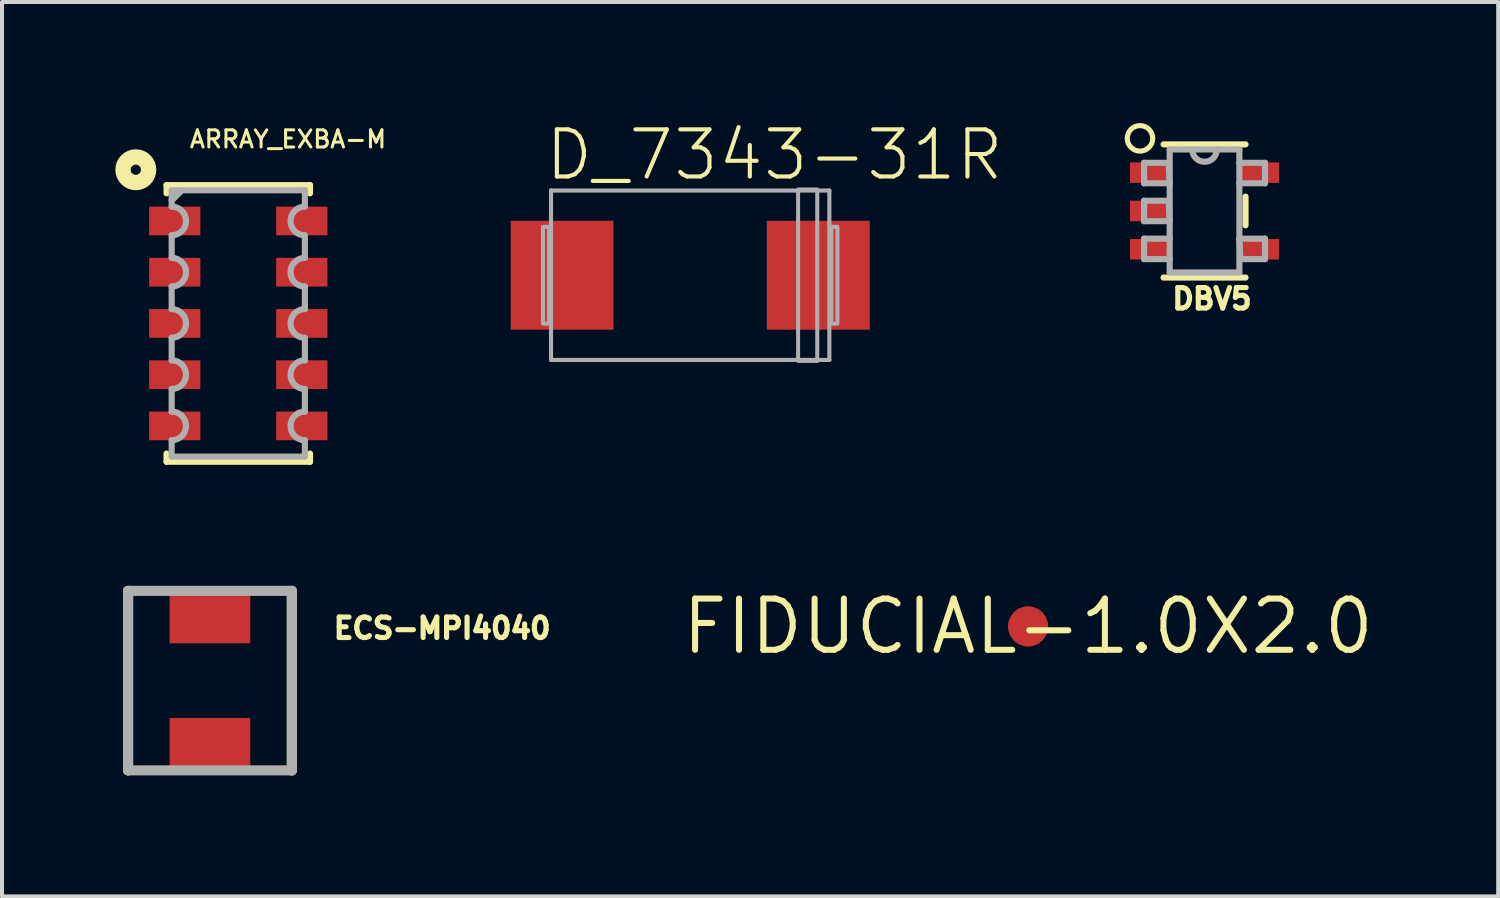
<source format=kicad_pcb>
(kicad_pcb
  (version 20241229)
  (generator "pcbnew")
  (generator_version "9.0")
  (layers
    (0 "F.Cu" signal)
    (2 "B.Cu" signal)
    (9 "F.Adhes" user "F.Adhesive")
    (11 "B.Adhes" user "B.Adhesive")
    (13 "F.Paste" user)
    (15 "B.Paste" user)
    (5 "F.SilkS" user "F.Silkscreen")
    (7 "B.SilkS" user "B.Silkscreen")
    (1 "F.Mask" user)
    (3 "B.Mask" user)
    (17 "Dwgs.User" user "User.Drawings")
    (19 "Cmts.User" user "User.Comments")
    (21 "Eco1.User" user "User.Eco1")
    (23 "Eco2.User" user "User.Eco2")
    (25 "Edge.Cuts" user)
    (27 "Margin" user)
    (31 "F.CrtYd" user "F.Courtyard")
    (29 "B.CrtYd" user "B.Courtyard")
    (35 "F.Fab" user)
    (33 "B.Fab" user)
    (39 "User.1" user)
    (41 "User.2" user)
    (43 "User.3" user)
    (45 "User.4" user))
  (footprint "ECS-MPI4040"
    (layer "F.Cu")
    (at 2.155 13.823)
    (property "Reference" "ECS-MPI4040" (at 3 -1 0) (layer "F.SilkS") (effects (font (size 0.508 0.508) (thickness 0.127)) (justify left bottom)))
    (fp_line (start -2.03 -2.225) (end -2.03 2.225) (stroke (width 0.25) (type solid)) (layer "F.SilkS"))
    (fp_line (start 2.03 -2.225) (end 2.03 2.225) (stroke (width 0.25) (type solid)) (layer "F.SilkS"))
    (fp_line (start -2.03 -2.225) (end -2.03 2.225) (stroke (width 0.25) (type solid)) (layer "F.Fab"))
    (fp_line (start 2.03 -2.225) (end -2.03 -2.225) (stroke (width 0.25) (type solid)) (layer "F.Fab"))
    (fp_line (start 2.03 -2.225) (end 2.03 2.225) (stroke (width 0.25) (type solid)) (layer "F.Fab"))
    (fp_line (start 2.03 2.225) (end -2.03 2.225) (stroke (width 0.25) (type solid)) (layer "F.Fab"))
    (pad "1" smd rect (at 0 -1.575) (size 2 1.3) (layers "F.Cu" "F.Mask" "F.Paste"))
    (pad "2" smd rect (at 0 1.575) (size 2 1.3) (layers "F.Cu" "F.Mask" "F.Paste")))
  (footprint "D_7343-31R"
    (layer "F.Cu")
    (at 14.06 3.773)
    (property "Reference" "D_7343-31R" (at -3.65 -2.3 0) (layer "F.SilkS") (effects (font (size 1.168 1.168) (thickness 0.102)) (justify left bottom)))
    (fp_line (start -3.45 -2.1) (end 3.45 -2.1) (stroke (width 0.102) (type solid)) (layer "F.Fab"))
    (fp_line (start -3.45 2.1) (end -3.45 -2.1) (stroke (width 0.102) (type solid)) (layer "F.Fab"))
    (fp_line (start 3.45 -2.1) (end 3.45 2.1) (stroke (width 0.102) (type solid)) (layer "F.Fab"))
    (fp_line (start 3.45 2.1) (end -3.45 2.1) (stroke (width 0.102) (type solid)) (layer "F.Fab"))
    (fp_poly (pts (xy -3.65 1.2) (xy -3.5 1.2) (xy -3.5 -1.2) (xy -3.65 -1.2)) (stroke (width 0.1) (type solid)) (fill no) (layer "F.Fab"))
    (fp_poly (pts (xy 2.675 2.125) (xy 3.15 2.125) (xy 3.15 -2.125) (xy 2.675 -2.125)) (stroke (width 0.1) (type solid)) (fill no) (layer "F.Fab"))
    (fp_poly (pts (xy 3.5 1.2) (xy 3.65 1.2) (xy 3.65 -1.2) (xy 3.5 -1.2)) (stroke (width 0.1) (type solid)) (fill no) (layer "F.Fab"))
    (pad "+" smd rect (at 3.175 0) (size 2.55 2.7) (layers "F.Cu" "F.Mask" "F.Paste"))
    (pad "-" smd rect (at -3.175 0) (size 2.55 2.7) (layers "F.Cu" "F.Mask" "F.Paste")))
  (footprint "ARRAY_EXBA-M"
    (layer "F.Cu")
    (at 2.857 4.968)
    (property "Reference" "ARRAY_EXBA-M" (at -1.245 -4.318 0) (layer "F.SilkS") (effects (font (size 0.425 0.425) (thickness 0.075)) (justify left bottom)))
    (fp_line (start -1.778 -3.429) (end 1.778 -3.429) (stroke (width 0.152) (type solid)) (layer "F.SilkS"))
    (fp_line (start -1.778 -3.226) (end -1.778 -3.429) (stroke (width 0.152) (type solid)) (layer "F.SilkS"))
    (fp_line (start -1.778 3.226) (end -1.778 3.429) (stroke (width 0.152) (type solid)) (layer "F.SilkS"))
    (fp_line (start -1.778 3.429) (end 1.778 3.429) (stroke (width 0.152) (type solid)) (layer "F.SilkS"))
    (fp_line (start 1.778 -3.226) (end 1.778 -3.429) (stroke (width 0.152) (type solid)) (layer "F.SilkS"))
    (fp_line (start 1.778 3.226) (end 1.778 3.429) (stroke (width 0.152) (type solid)) (layer "F.SilkS"))
    (fp_circle (center -2.54 -3.81) (end -2.413 -3.81) (stroke (width 0.381) (type solid)) (fill no) (layer "F.SilkS"))
    (fp_line (start -1.651 -3.302) (end 1.651 -3.302) (stroke (width 0.152) (type solid)) (layer "F.Fab"))
    (fp_line (start -1.651 -2.896) (end -1.651 -3.302) (stroke (width 0.152) (type solid)) (layer "F.Fab"))
    (fp_line (start -1.651 -2.184) (end -1.651 -1.626) (stroke (width 0.152) (type solid)) (layer "F.Fab"))
    (fp_line (start -1.651 -0.914) (end -1.651 -0.356) (stroke (width 0.152) (type solid)) (layer "F.Fab"))
    (fp_line (start -1.651 0.356) (end -1.651 0.914) (stroke (width 0.152) (type solid)) (layer "F.Fab"))
    (fp_line (start -1.651 1.626) (end -1.651 2.184) (stroke (width 0.152) (type solid)) (layer "F.Fab"))
    (fp_line (start -1.651 2.896) (end -1.651 3.302) (stroke (width 0.152) (type solid)) (layer "F.Fab"))
    (fp_line (start -1.651 3.302) (end 1.651 3.302) (stroke (width 0.152) (type solid)) (layer "F.Fab"))
    (fp_line (start -1.397 -3.302) (end -1.651 -3.048) (stroke (width 0.152) (type solid)) (layer "F.Fab"))
    (fp_line (start 1.651 -2.896) (end 1.651 -3.302) (stroke (width 0.152) (type solid)) (layer "F.Fab"))
    (fp_line (start 1.651 -2.184) (end 1.651 -1.626) (stroke (width 0.152) (type solid)) (layer "F.Fab"))
    (fp_line (start 1.651 -0.914) (end 1.651 -0.356) (stroke (width 0.152) (type solid)) (layer "F.Fab"))
    (fp_line (start 1.651 0.356) (end 1.651 0.914) (stroke (width 0.152) (type solid)) (layer "F.Fab"))
    (fp_line (start 1.651 1.626) (end 1.651 2.184) (stroke (width 0.152) (type solid)) (layer "F.Fab"))
    (fp_line (start 1.651 2.896) (end 1.651 3.302) (stroke (width 0.152) (type solid)) (layer "F.Fab"))
    (fp_arc (start -1.651 -2.8956) (mid -1.2954 -2.54) (end -1.651 -2.1844) (stroke (width 0.1524) (type solid)) (layer "F.Fab"))
    (fp_arc (start -1.651 -1.6256) (mid -1.2954 -1.27) (end -1.651 -0.9144) (stroke (width 0.1524) (type solid)) (layer "F.Fab"))
    (fp_arc (start -1.651 -0.3556) (mid -1.2954 0) (end -1.651 0.3556) (stroke (width 0.1524) (type solid)) (layer "F.Fab"))
    (fp_arc (start -1.651 0.9144) (mid -1.2954 1.27) (end -1.651 1.6256) (stroke (width 0.1524) (type solid)) (layer "F.Fab"))
    (fp_arc (start -1.651 2.1844) (mid -1.2954 2.54) (end -1.651 2.8956) (stroke (width 0.1524) (type solid)) (layer "F.Fab"))
    (fp_arc (start 1.651 -2.1844) (mid 1.2954 -2.54) (end 1.651 -2.8956) (stroke (width 0.1524) (type solid)) (layer "F.Fab"))
    (fp_arc (start 1.651 -0.9144) (mid 1.2954 -1.27) (end 1.651 -1.6256) (stroke (width 0.1524) (type solid)) (layer "F.Fab"))
    (fp_arc (start 1.651 0.3556) (mid 1.2954 0) (end 1.651 -0.3556) (stroke (width 0.1524) (type solid)) (layer "F.Fab"))
    (fp_arc (start 1.651 1.6256) (mid 1.2954 1.27) (end 1.651 0.9144) (stroke (width 0.1524) (type solid)) (layer "F.Fab"))
    (fp_arc (start 1.651 2.8956) (mid 1.2954 2.54) (end 1.651 2.1844) (stroke (width 0.1524) (type solid)) (layer "F.Fab"))
    (pad "1" smd rect (at -1.575 -2.54) (size 1.27 0.711) (layers "F.Cu" "F.Mask" "F.Paste"))
    (pad "2" smd rect (at -1.575 -1.27) (size 1.27 0.711) (layers "F.Cu" "F.Mask" "F.Paste"))
    (pad "3" smd rect (at -1.575 0) (size 1.27 0.711) (layers "F.Cu" "F.Mask" "F.Paste"))
    (pad "4" smd rect (at -1.575 1.27) (size 1.27 0.711) (layers "F.Cu" "F.Mask" "F.Paste"))
    (pad "5" smd rect (at -1.575 2.54) (size 1.27 0.711) (layers "F.Cu" "F.Mask" "F.Paste"))
    (pad "6" smd rect (at 1.575 2.54 180) (size 1.27 0.711) (layers "F.Cu" "F.Mask" "F.Paste"))
    (pad "7" smd rect (at 1.575 1.27 180) (size 1.27 0.711) (layers "F.Cu" "F.Mask" "F.Paste"))
    (pad "8" smd rect (at 1.575 0 180) (size 1.27 0.711) (layers "F.Cu" "F.Mask" "F.Paste"))
    (pad "9" smd rect (at 1.575 -1.27 180) (size 1.27 0.711) (layers "F.Cu" "F.Mask" "F.Paste"))
    (pad "10" smd rect (at 1.575 -2.54 180) (size 1.27 0.711) (layers "F.Cu" "F.Mask" "F.Paste")))
  (footprint "DBV5"
    (layer "F.Cu")
    (at 26.811 2.18)
    (property "Reference" "DBV5" (at -0.867 2.475 0) (layer "F.SilkS") (effects (font (size 0.508 0.508) (thickness 0.127)) (justify left bottom)))
    (fp_line (start -1.016 1.651) (end 1.016 1.651) (stroke (width 0.152) (type solid)) (layer "F.SilkS"))
    (fp_line (start 1.016 -1.651) (end -1.016 -1.651) (stroke (width 0.152) (type solid)) (layer "F.SilkS"))
    (fp_line (start 1.016 0.356) (end 1.016 -0.356) (stroke (width 0.152) (type solid)) (layer "F.SilkS"))
    (fp_circle (center -1.6 -1.8) (end -1.284 -1.8) (stroke (width 0.127) (type solid)) (fill no) (layer "F.SilkS"))
    (fp_line (start -1.499 -1.194) (end -1.499 -0.686) (stroke (width 0.152) (type solid)) (layer "F.Fab"))
    (fp_line (start -1.499 -0.686) (end -0.864 -0.686) (stroke (width 0.152) (type solid)) (layer "F.Fab"))
    (fp_line (start -1.499 -0.254) (end -1.499 0.254) (stroke (width 0.152) (type solid)) (layer "F.Fab"))
    (fp_line (start -1.499 0.254) (end -0.864 0.254) (stroke (width 0.152) (type solid)) (layer "F.Fab"))
    (fp_line (start -1.499 0.686) (end -1.499 1.194) (stroke (width 0.152) (type solid)) (layer "F.Fab"))
    (fp_line (start -1.499 1.194) (end -0.864 1.194) (stroke (width 0.152) (type solid)) (layer "F.Fab"))
    (fp_line (start -0.889 -1.194) (end -1.499 -1.194) (stroke (width 0.152) (type solid)) (layer "F.Fab"))
    (fp_line (start -0.889 -0.254) (end -1.499 -0.254) (stroke (width 0.152) (type solid)) (layer "F.Fab"))
    (fp_line (start -0.864 -1.524) (end -0.864 -0.686) (stroke (width 0.152) (type solid)) (layer "F.Fab"))
    (fp_line (start -0.864 -0.686) (end -0.889 -1.194) (stroke (width 0.152) (type solid)) (layer "F.Fab"))
    (fp_line (start -0.864 -0.686) (end -0.864 0.254) (stroke (width 0.152) (type solid)) (layer "F.Fab"))
    (fp_line (start -0.864 0.254) (end -0.889 -0.254) (stroke (width 0.152) (type solid)) (layer "F.Fab"))
    (fp_line (start -0.864 0.254) (end -0.864 0.686) (stroke (width 0.152) (type solid)) (layer "F.Fab"))
    (fp_line (start -0.864 0.686) (end -1.499 0.686) (stroke (width 0.152) (type solid)) (layer "F.Fab"))
    (fp_line (start -0.864 1.194) (end -0.864 0.686) (stroke (width 0.152) (type solid)) (layer "F.Fab"))
    (fp_line (start -0.864 1.524) (end -0.864 1.194) (stroke (width 0.152) (type solid)) (layer "F.Fab"))
    (fp_line (start -0.864 1.524) (end 0.864 1.524) (stroke (width 0.152) (type solid)) (layer "F.Fab"))
    (fp_line (start -0.305 -1.524) (end -0.864 -1.524) (stroke (width 0.152) (type solid)) (layer "F.Fab"))
    (fp_line (start 0.305 -1.524) (end -0.305 -1.524) (stroke (width 0.152) (type solid)) (layer "F.Fab"))
    (fp_line (start 0.864 -1.524) (end 0.305 -1.524) (stroke (width 0.152) (type solid)) (layer "F.Fab"))
    (fp_line (start 0.864 -1.524) (end 0.864 -1.194) (stroke (width 0.152) (type solid)) (layer "F.Fab"))
    (fp_line (start 0.864 -1.194) (end 0.864 -0.686) (stroke (width 0.152) (type solid)) (layer "F.Fab"))
    (fp_line (start 0.864 -0.686) (end 1.499 -0.686) (stroke (width 0.152) (type solid)) (layer "F.Fab"))
    (fp_line (start 0.864 0.686) (end 0.864 -0.686) (stroke (width 0.152) (type solid)) (layer "F.Fab"))
    (fp_line (start 0.864 0.686) (end 0.889 1.194) (stroke (width 0.152) (type solid)) (layer "F.Fab"))
    (fp_line (start 0.864 1.524) (end 0.864 0.686) (stroke (width 0.152) (type solid)) (layer "F.Fab"))
    (fp_line (start 0.889 1.194) (end 1.499 1.194) (stroke (width 0.152) (type solid)) (layer "F.Fab"))
    (fp_line (start 1.499 -1.194) (end 0.864 -1.194) (stroke (width 0.152) (type solid)) (layer "F.Fab"))
    (fp_line (start 1.499 -0.686) (end 1.499 -1.194) (stroke (width 0.152) (type solid)) (layer "F.Fab"))
    (fp_line (start 1.499 0.686) (end 0.864 0.686) (stroke (width 0.152) (type solid)) (layer "F.Fab"))
    (fp_line (start 1.499 1.194) (end 1.499 0.686) (stroke (width 0.152) (type solid)) (layer "F.Fab"))
    (fp_arc (start 0.3048 -1.524) (mid 0 -1.2192) (end -0.3048 -1.524) (stroke (width 0.1524) (type solid)) (layer "F.Fab"))
    (pad "1" smd rect (at -1.362 -0.95) (size 0.972 0.508) (layers "F.Cu" "F.Mask" "F.Paste"))
    (pad "2" smd rect (at -1.362 0) (size 0.972 0.508) (layers "F.Cu" "F.Mask" "F.Paste"))
    (pad "3" smd rect (at -1.362 0.95) (size 0.972 0.508) (layers "F.Cu" "F.Mask" "F.Paste"))
    (pad "4" smd rect (at 1.362 0.95) (size 0.972 0.508) (layers "F.Cu" "F.Mask" "F.Paste"))
    (pad "5" smd rect (at 1.362 -0.95) (size 0.972 0.508) (layers "F.Cu" "F.Mask" "F.Paste")))
  (footprint "FIDUCIAL-1.0X2.0"
    (layer "F.Cu")
    (at 22.436 12.479)
    (property "Reference" "FIDUCIAL-1.0X2.0" (at 0 0 0) (layer "F.SilkS") (effects (font (size 1.27 1.27) (thickness 0.15))))
    (fp_circle (center 0 0) (end 0.5 0) (stroke (width 1) (type solid)) (fill no) (layer "F.Mask"))
    (pad "FIDUCIAL" smd roundrect (at 0 0) (size 1 1) (layers "F.Cu") (roundrect_rratio 0.5))
    (zone (net_name "") (layer "F.Cu") (hatch edge 0.508) (connect_pads) (min_thickness 0.254) (filled_areas_thickness no) (keepout (tracks not_allowed) (vias not_allowed) (pads not_allowed) (copperpour not_allowed) (footprints allowed)) (placement (enabled no)) (fill) (polygon (pts (xy 23.436 12.479) (xy 23.421 12.306) (xy 23.376 12.137) (xy 23.302 11.979) (xy 23.202 11.837) (xy 23.079 11.713) (xy 22.936 11.613) (xy 22.778 11.54) (xy 22.61 11.495) (xy 22.436 11.479) (xy 22.262 11.495) (xy 22.094 11.54) (xy 21.936 11.613) (xy 21.793 11.713) (xy 21.67 11.837) (xy 21.57 11.979) (xy 21.496 12.137) (xy 21.451 12.306) (xy 21.436 12.479) (xy 21.451 12.653) (xy 21.496 12.821) (xy 21.57 12.979) (xy 21.67 13.122) (xy 21.793 13.245) (xy 21.936 13.345) (xy 22.094 13.419) (xy 22.262 13.464) (xy 22.436 13.479) (xy 22.61 13.464) (xy 22.778 13.419) (xy 22.936 13.345) (xy 23.079 13.245) (xy 23.202 13.122) (xy 23.302 12.979) (xy 23.376 12.821) (xy 23.421 12.653))) (polygon (pts (xy 22.436 12.479)))))
  (gr_rect
    (start -3 -3)
    (end 34.091 19.173)
    (stroke (width 0.1) (type default))
    (fill no)
    (layer "Edge.Cuts")))
</source>
